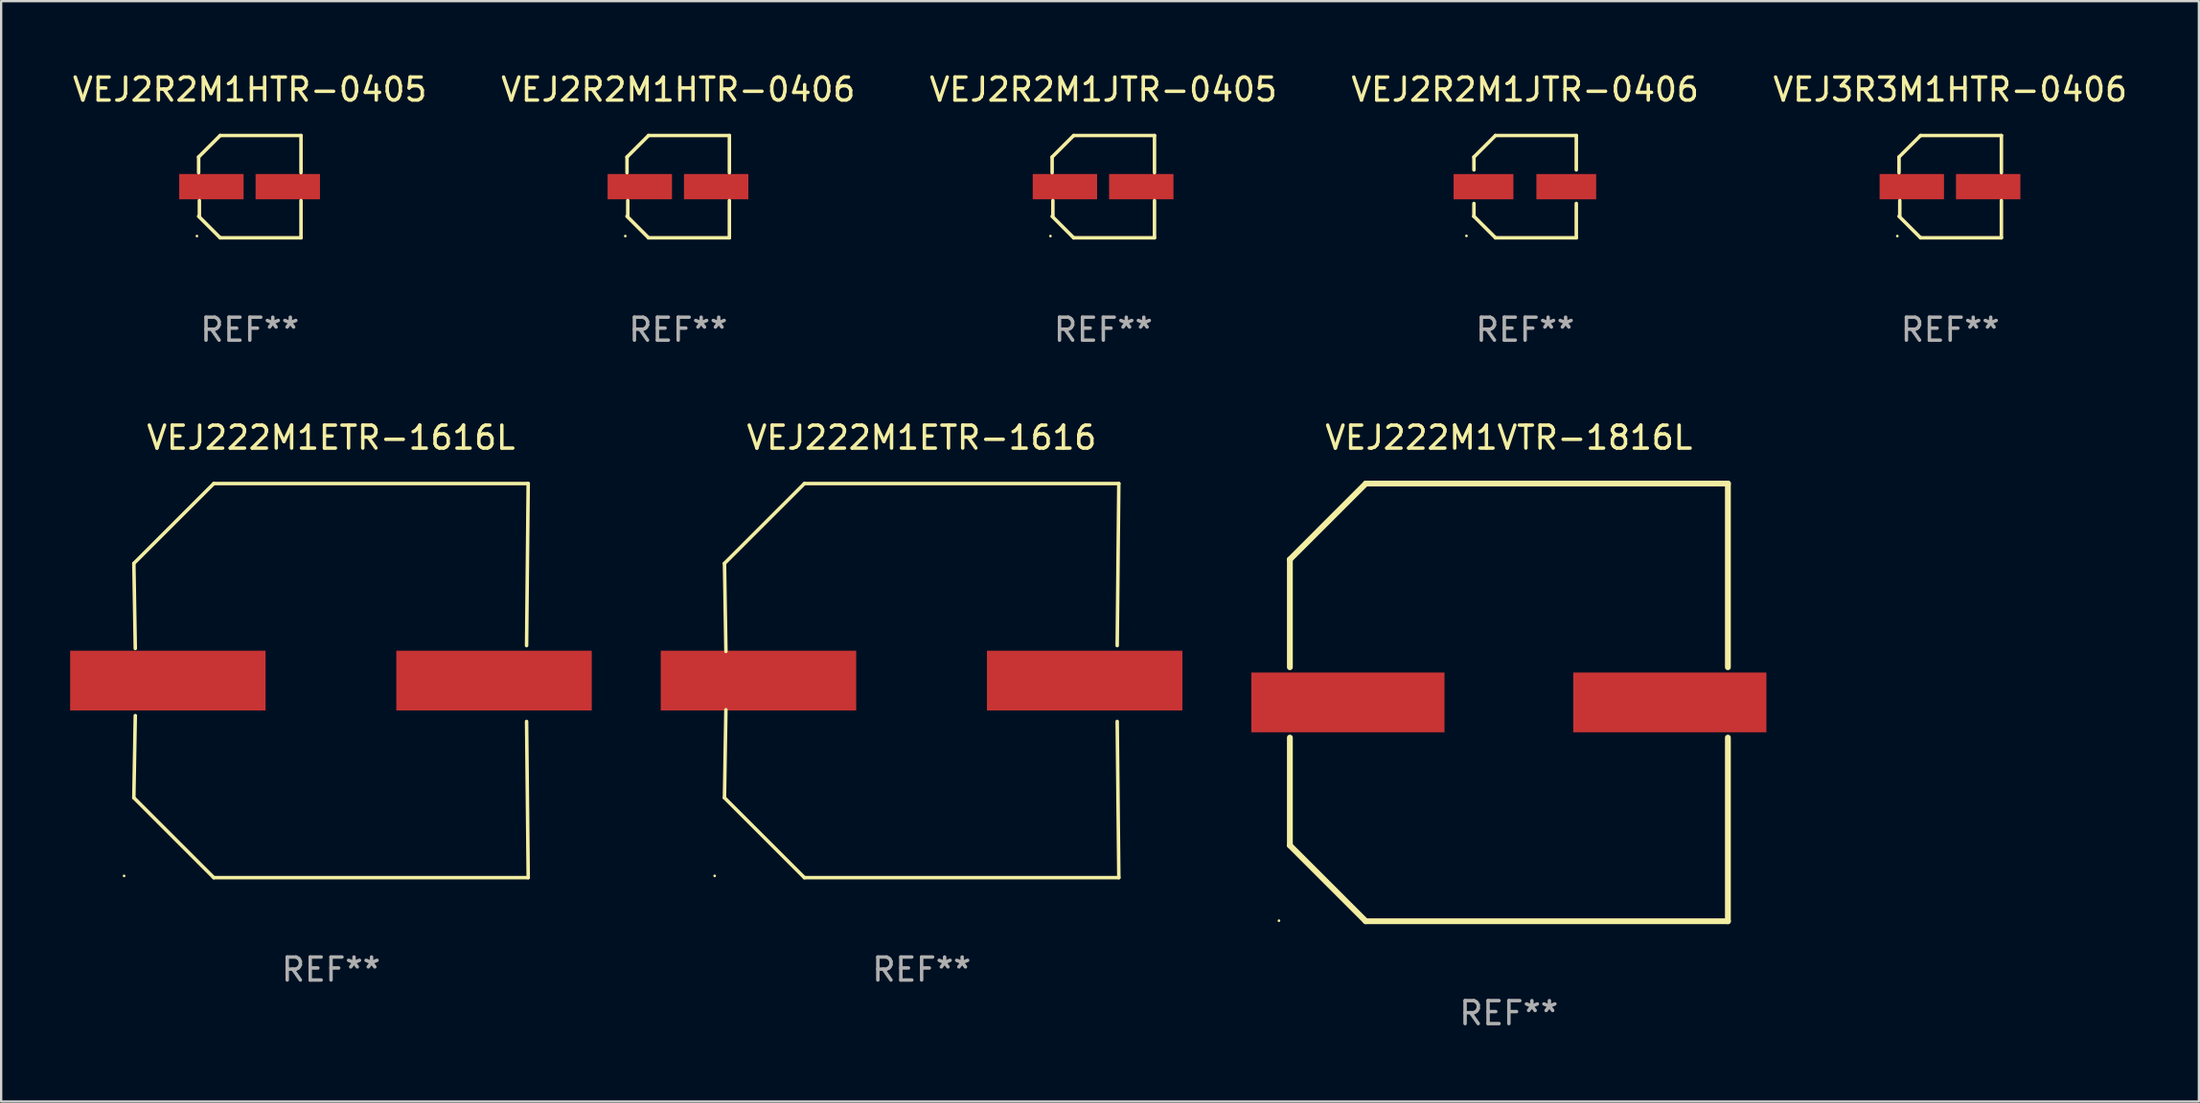
<source format=kicad_pcb>
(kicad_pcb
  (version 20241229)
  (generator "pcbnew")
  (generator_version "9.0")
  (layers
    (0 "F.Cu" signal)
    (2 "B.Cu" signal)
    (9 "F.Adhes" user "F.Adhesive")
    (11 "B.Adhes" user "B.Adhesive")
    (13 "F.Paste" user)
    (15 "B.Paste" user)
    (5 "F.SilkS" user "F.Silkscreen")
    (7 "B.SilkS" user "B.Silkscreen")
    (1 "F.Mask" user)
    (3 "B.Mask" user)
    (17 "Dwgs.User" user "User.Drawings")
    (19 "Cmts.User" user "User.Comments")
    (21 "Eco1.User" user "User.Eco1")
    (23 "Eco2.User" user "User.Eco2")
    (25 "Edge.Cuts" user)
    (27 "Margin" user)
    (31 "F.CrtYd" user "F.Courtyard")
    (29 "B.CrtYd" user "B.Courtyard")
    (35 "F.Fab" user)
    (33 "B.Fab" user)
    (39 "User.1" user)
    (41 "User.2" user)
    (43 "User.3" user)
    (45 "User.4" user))
  (footprint "VEJ222M1ETR-1616L"
    (layer "F.Cu")
    (at 11.347 26.573)
    (property "Reference" "VEJ222M1ETR-1616L" (at 0 -10.576 0) (layer "F.SilkS") (effects (font (size 1 1) (thickness 0.15))))
    (attr through_hole)
    (fp_line (start -8.576 5.099) (end -8.513 1.523) (stroke (width 0.152) (type solid)) (layer "F.SilkS"))
    (fp_line (start -8.575 -5.101) (end -8.513 -1.398) (stroke (width 0.152) (type solid)) (layer "F.SilkS"))
    (fp_line (start -5.1 -8.576) (end -8.575 -5.101) (stroke (width 0.152) (type solid)) (layer "F.SilkS"))
    (fp_line (start -5.1 8.576) (end -8.576 5.099) (stroke (width 0.152) (type solid)) (layer "F.SilkS"))
    (fp_line (start 8.505 -1.525) (end 8.575 -8.576) (stroke (width 0.152) (type solid)) (layer "F.SilkS"))
    (fp_line (start 8.505 1.777) (end 8.576 8.576) (stroke (width 0.152) (type solid)) (layer "F.SilkS"))
    (fp_line (start 8.575 -8.576) (end -5.1 -8.576) (stroke (width 0.152) (type solid)) (layer "F.SilkS"))
    (fp_line (start 8.576 8.576) (end -5.1 8.576) (stroke (width 0.152) (type solid)) (layer "F.SilkS"))
    (fp_circle (center -9 8.5) (end -8.97 8.5) (stroke (width 0.06) (type solid)) (fill no) (layer "F.SilkS"))
    (fp_text user "REF**" (at 0 12.576 0) (layer "F.Fab") (effects (font (size 1 1) (thickness 0.15))))
    (pad "1" smd rect (at -7.097 -0.001) (size 8.5 2.6) (layers "F.Cu" "F.Mask" "F.Paste"))
    (pad "2" smd rect (at 7.09 -0.001) (size 8.5 2.6) (layers "F.Cu" "F.Mask" "F.Paste")))
  (footprint "VEJ2R2M1HTR-0406"
    (layer "F.Cu")
    (at 26.446 5.074)
    (property "Reference" "VEJ2R2M1HTR-0406" (at 0 -4.226 0) (layer "F.SilkS") (effects (font (size 1 1) (thickness 0.15))))
    (attr through_hole)
    (fp_line (start -2.226 -1.29) (end -2.226 -0.607) (stroke (width 0.152) (type solid)) (layer "F.SilkS"))
    (fp_line (start -2.193 1.29) (end -2.193 0.607) (stroke (width 0.152) (type solid)) (layer "F.SilkS"))
    (fp_line (start -1.29 2.226) (end -2.226 1.29) (stroke (width 0.152) (type solid)) (layer "F.SilkS"))
    (fp_line (start -1.29 -2.226) (end -2.226 -1.29) (stroke (width 0.152) (type solid)) (layer "F.SilkS"))
    (fp_line (start 2.226 -2.226) (end -1.29 -2.226) (stroke (width 0.152) (type solid)) (layer "F.SilkS"))
    (fp_line (start 2.226 -0.607) (end 2.226 -2.226) (stroke (width 0.152) (type solid)) (layer "F.SilkS"))
    (fp_line (start 2.226 0.607) (end 2.226 2.226) (stroke (width 0.152) (type solid)) (layer "F.SilkS"))
    (fp_line (start 2.226 2.226) (end -1.29 2.226) (stroke (width 0.152) (type solid)) (layer "F.SilkS"))
    (fp_circle (center -2.3 2.15) (end -2.27 2.15) (stroke (width 0.06) (type solid)) (fill no) (layer "F.SilkS"))
    (fp_text user "REF**" (at 0 6.226 0) (layer "F.Fab") (effects (font (size 1 1) (thickness 0.15))))
    (pad "1" smd rect (at -1.67 -0.000025) (size 2.8 1.1) (layers "F.Cu" "F.Mask" "F.Paste"))
    (pad "2" smd rect (at 1.651 -0.000025) (size 2.8 1.1) (layers "F.Cu" "F.Mask" "F.Paste")))
  (footprint "VEJ2R2M1JTR-0405"
    (layer "F.Cu")
    (at 44.935 5.074)
    (property "Reference" "VEJ2R2M1JTR-0405" (at 0 -4.226 0) (layer "F.SilkS") (effects (font (size 1 1) (thickness 0.15))))
    (attr through_hole)
    (fp_line (start -2.226 -1.29) (end -2.226 -0.607) (stroke (width 0.152) (type solid)) (layer "F.SilkS"))
    (fp_line (start -2.193 1.29) (end -2.193 0.607) (stroke (width 0.152) (type solid)) (layer "F.SilkS"))
    (fp_line (start -1.29 2.226) (end -2.226 1.29) (stroke (width 0.152) (type solid)) (layer "F.SilkS"))
    (fp_line (start -1.29 -2.226) (end -2.226 -1.29) (stroke (width 0.152) (type solid)) (layer "F.SilkS"))
    (fp_line (start 2.226 -2.226) (end -1.29 -2.226) (stroke (width 0.152) (type solid)) (layer "F.SilkS"))
    (fp_line (start 2.226 -0.607) (end 2.226 -2.226) (stroke (width 0.152) (type solid)) (layer "F.SilkS"))
    (fp_line (start 2.226 0.607) (end 2.226 2.226) (stroke (width 0.152) (type solid)) (layer "F.SilkS"))
    (fp_line (start 2.226 2.226) (end -1.29 2.226) (stroke (width 0.152) (type solid)) (layer "F.SilkS"))
    (fp_circle (center -2.3 2.15) (end -2.27 2.15) (stroke (width 0.06) (type solid)) (fill no) (layer "F.SilkS"))
    (fp_text user "REF**" (at 0 6.226 0) (layer "F.Fab") (effects (font (size 1 1) (thickness 0.15))))
    (pad "1" smd rect (at -1.67 -0.000025) (size 2.8 1.1) (layers "F.Cu" "F.Mask" "F.Paste"))
    (pad "2" smd rect (at 1.651 -0.000025) (size 2.8 1.1) (layers "F.Cu" "F.Mask" "F.Paste")))
  (footprint "VEJ222M1VTR-1816L"
    (layer "F.Cu")
    (at 62.574 27.522)
    (property "Reference" "VEJ222M1VTR-1816L" (at 0 -11.525 0) (layer "F.SilkS") (effects (font (size 1 1) (thickness 0.15))))
    (attr through_hole)
    (fp_line (start -9.525 -6.223) (end -9.525 -1.531) (stroke (width 0.254) (type solid)) (layer "F.SilkS"))
    (fp_line (start -9.525 1.531) (end -9.525 6.223) (stroke (width 0.254) (type solid)) (layer "F.SilkS"))
    (fp_line (start -9.525 6.223) (end -6.223 9.525) (stroke (width 0.254) (type solid)) (layer "F.SilkS"))
    (fp_line (start -6.223 -9.525) (end -9.525 -6.223) (stroke (width 0.254) (type solid)) (layer "F.SilkS"))
    (fp_line (start -6.223 9.525) (end 9.525 9.525) (stroke (width 0.254) (type solid)) (layer "F.SilkS"))
    (fp_line (start 9.525 -9.525) (end -6.223 -9.525) (stroke (width 0.254) (type solid)) (layer "F.SilkS"))
    (fp_line (start 9.525 -1.531) (end 9.525 -9.525) (stroke (width 0.254) (type solid)) (layer "F.SilkS"))
    (fp_line (start 9.525 9.525) (end 9.525 1.531) (stroke (width 0.254) (type solid)) (layer "F.SilkS"))
    (fp_circle (center -10 9.5) (end -9.97 9.5) (stroke (width 0.06) (type solid)) (fill no) (layer "F.SilkS"))
    (fp_text user "REF**" (at 0 13.525 0) (layer "F.Fab") (effects (font (size 1 1) (thickness 0.15))))
    (pad "1" smd rect (at -7 0) (size 8.4 2.6) (layers "F.Cu" "F.Mask" "F.Paste"))
    (pad "2" smd rect (at 7 0) (size 8.4 2.6) (layers "F.Cu" "F.Mask" "F.Paste")))
  (footprint "VEJ222M1ETR-1616"
    (layer "F.Cu")
    (at 37.034 26.573)
    (property "Reference" "VEJ222M1ETR-1616" (at 0 -10.576 0) (layer "F.SilkS") (effects (font (size 1 1) (thickness 0.15))))
    (attr through_hole)
    (fp_line (start -8.576 5.099) (end -8.513 1.269) (stroke (width 0.152) (type solid)) (layer "F.SilkS"))
    (fp_line (start -8.575 -5.101) (end -8.512 -1.271) (stroke (width 0.152) (type solid)) (layer "F.SilkS"))
    (fp_line (start -5.1 -8.576) (end -8.575 -5.101) (stroke (width 0.152) (type solid)) (layer "F.SilkS"))
    (fp_line (start -5.1 8.576) (end -8.576 5.099) (stroke (width 0.152) (type solid)) (layer "F.SilkS"))
    (fp_line (start 8.505 -1.525) (end 8.575 -8.576) (stroke (width 0.152) (type solid)) (layer "F.SilkS"))
    (fp_line (start 8.505 1.777) (end 8.576 8.576) (stroke (width 0.152) (type solid)) (layer "F.SilkS"))
    (fp_line (start 8.575 -8.576) (end -5.1 -8.576) (stroke (width 0.152) (type solid)) (layer "F.SilkS"))
    (fp_line (start 8.576 8.576) (end -5.1 8.576) (stroke (width 0.152) (type solid)) (layer "F.SilkS"))
    (fp_circle (center -9.002 8.499) (end -8.972 8.499) (stroke (width 0.06) (type solid)) (fill no) (layer "F.SilkS"))
    (fp_text user "REF**" (at 0 12.576 0) (layer "F.Fab") (effects (font (size 1 1) (thickness 0.15))))
    (pad "1" smd rect (at -7.097 -0.001) (size 8.5 2.6) (layers "F.Cu" "F.Mask" "F.Paste"))
    (pad "2" smd rect (at 7.09 -0.001) (size 8.5 2.6) (layers "F.Cu" "F.Mask" "F.Paste")))
  (footprint "VEJ2R2M1HTR-0405"
    (layer "F.Cu")
    (at 7.815 5.074)
    (property "Reference" "VEJ2R2M1HTR-0405" (at 0 -4.226 0) (layer "F.SilkS") (effects (font (size 1 1) (thickness 0.15))))
    (attr through_hole)
    (fp_line (start -2.226 -1.29) (end -2.226 -0.607) (stroke (width 0.152) (type solid)) (layer "F.SilkS"))
    (fp_line (start -2.193 1.29) (end -2.193 0.607) (stroke (width 0.152) (type solid)) (layer "F.SilkS"))
    (fp_line (start -1.29 2.226) (end -2.226 1.29) (stroke (width 0.152) (type solid)) (layer "F.SilkS"))
    (fp_line (start -1.29 -2.226) (end -2.226 -1.29) (stroke (width 0.152) (type solid)) (layer "F.SilkS"))
    (fp_line (start 2.226 -2.226) (end -1.29 -2.226) (stroke (width 0.152) (type solid)) (layer "F.SilkS"))
    (fp_line (start 2.226 -0.607) (end 2.226 -2.226) (stroke (width 0.152) (type solid)) (layer "F.SilkS"))
    (fp_line (start 2.226 0.607) (end 2.226 2.226) (stroke (width 0.152) (type solid)) (layer "F.SilkS"))
    (fp_line (start 2.226 2.226) (end -1.29 2.226) (stroke (width 0.152) (type solid)) (layer "F.SilkS"))
    (fp_circle (center -2.3 2.15) (end -2.27 2.15) (stroke (width 0.06) (type solid)) (fill no) (layer "F.SilkS"))
    (fp_text user "REF**" (at 0 6.226 0) (layer "F.Fab") (effects (font (size 1 1) (thickness 0.15))))
    (pad "1" smd rect (at -1.67 -0.000025) (size 2.8 1.1) (layers "F.Cu" "F.Mask" "F.Paste"))
    (pad "2" smd rect (at 1.651 -0.000025) (size 2.8 1.1) (layers "F.Cu" "F.Mask" "F.Paste")))
  (footprint "VEJ2R2M1JTR-0406"
    (layer "F.Cu")
    (at 63.28 5.074)
    (property "Reference" "VEJ2R2M1JTR-0406" (at 0 -4.226 0) (layer "F.SilkS") (effects (font (size 1 1) (thickness 0.15))))
    (attr through_hole)
    (fp_line (start -2.226 -1.289) (end -2.226 -0.73) (stroke (width 0.152) (type solid)) (layer "F.SilkS"))
    (fp_line (start -2.226 0.731) (end -2.226 1.291) (stroke (width 0.152) (type solid)) (layer "F.SilkS"))
    (fp_line (start -2.226 1.291) (end -2.226 1.291) (stroke (width 0.152) (type solid)) (layer "F.SilkS"))
    (fp_line (start -1.29 -2.226) (end -2.226 -1.289) (stroke (width 0.152) (type solid)) (layer "F.SilkS"))
    (fp_line (start -1.289 2.226) (end -2.226 1.291) (stroke (width 0.152) (type solid)) (layer "F.SilkS"))
    (fp_line (start 2.226 -2.226) (end -1.29 -2.226) (stroke (width 0.152) (type solid)) (layer "F.SilkS"))
    (fp_line (start 2.226 -0.73) (end 2.226 -2.226) (stroke (width 0.152) (type solid)) (layer "F.SilkS"))
    (fp_line (start 2.226 2.226) (end -1.289 2.226) (stroke (width 0.152) (type solid)) (layer "F.SilkS"))
    (fp_line (start 2.226 2.226) (end 2.226 0.731) (stroke (width 0.152) (type solid)) (layer "F.SilkS"))
    (fp_circle (center -2.551 2.142) (end -2.521 2.142) (stroke (width 0.06) (type solid)) (fill no) (layer "F.SilkS"))
    (fp_text user "REF**" (at 0 6.226 0) (layer "F.Fab") (effects (font (size 1 1) (thickness 0.15))))
    (pad "1" smd rect (at -1.81 0.001) (size 2.6 1.1) (layers "F.Cu" "F.Mask" "F.Paste"))
    (pad "2" smd rect (at 1.79 0.001) (size 2.6 1.1) (layers "F.Cu" "F.Mask" "F.Paste")))
  (footprint "VEJ3R3M1HTR-0406"
    (layer "F.Cu")
    (at 81.768 5.074)
    (property "Reference" "VEJ3R3M1HTR-0406" (at 0 -4.226 0) (layer "F.SilkS") (effects (font (size 1 1) (thickness 0.15))))
    (attr through_hole)
    (fp_line (start -2.226 -1.29) (end -2.226 -0.607) (stroke (width 0.152) (type solid)) (layer "F.SilkS"))
    (fp_line (start -2.193 1.29) (end -2.193 0.607) (stroke (width 0.152) (type solid)) (layer "F.SilkS"))
    (fp_line (start -1.29 2.226) (end -2.226 1.29) (stroke (width 0.152) (type solid)) (layer "F.SilkS"))
    (fp_line (start -1.29 -2.226) (end -2.226 -1.29) (stroke (width 0.152) (type solid)) (layer "F.SilkS"))
    (fp_line (start 2.226 -2.226) (end -1.29 -2.226) (stroke (width 0.152) (type solid)) (layer "F.SilkS"))
    (fp_line (start 2.226 -0.607) (end 2.226 -2.226) (stroke (width 0.152) (type solid)) (layer "F.SilkS"))
    (fp_line (start 2.226 0.607) (end 2.226 2.226) (stroke (width 0.152) (type solid)) (layer "F.SilkS"))
    (fp_line (start 2.226 2.226) (end -1.29 2.226) (stroke (width 0.152) (type solid)) (layer "F.SilkS"))
    (fp_circle (center -2.3 2.15) (end -2.27 2.15) (stroke (width 0.06) (type solid)) (fill no) (layer "F.SilkS"))
    (fp_text user "REF**" (at 0 6.226 0) (layer "F.Fab") (effects (font (size 1 1) (thickness 0.15))))
    (pad "1" smd rect (at -1.67 -0.000025) (size 2.8 1.1) (layers "F.Cu" "F.Mask" "F.Paste"))
    (pad "2" smd rect (at 1.651 -0.000025) (size 2.8 1.1) (layers "F.Cu" "F.Mask" "F.Paste")))
  (gr_rect
    (start -3 -3)
    (end 92.583 44.895)
    (stroke (width 0.1) (type default))
    (fill no)
    (layer "Edge.Cuts")))
</source>
